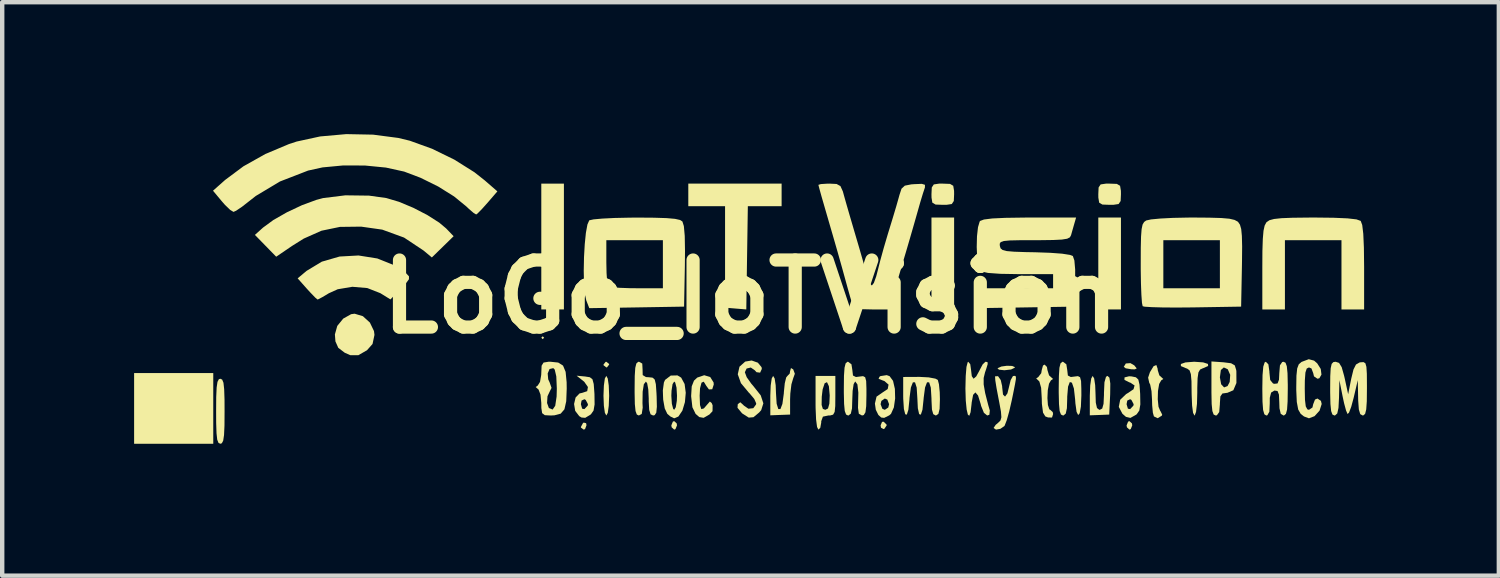
<source format=kicad_pcb>
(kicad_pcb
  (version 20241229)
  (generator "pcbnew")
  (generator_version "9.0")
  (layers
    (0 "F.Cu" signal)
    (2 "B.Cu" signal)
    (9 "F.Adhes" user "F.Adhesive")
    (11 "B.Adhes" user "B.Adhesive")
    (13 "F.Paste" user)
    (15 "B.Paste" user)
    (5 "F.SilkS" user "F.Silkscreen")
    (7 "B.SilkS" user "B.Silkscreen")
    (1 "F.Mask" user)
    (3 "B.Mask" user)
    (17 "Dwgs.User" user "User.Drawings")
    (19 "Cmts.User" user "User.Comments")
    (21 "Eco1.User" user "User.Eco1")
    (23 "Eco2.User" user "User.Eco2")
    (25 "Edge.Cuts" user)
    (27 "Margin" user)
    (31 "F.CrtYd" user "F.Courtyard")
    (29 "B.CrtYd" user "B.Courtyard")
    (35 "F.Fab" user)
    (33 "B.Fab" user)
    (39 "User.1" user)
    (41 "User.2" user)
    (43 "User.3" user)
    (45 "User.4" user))
  (footprint "LoGo_IoTVision"
    (layer "F.Cu")
    (at 14.018 3.698)
    (property "Reference" "LoGo_IoTVision" (at 0 0 0) (layer "F.SilkS") (effects (font (size 1.524 1.524) (thickness 0.3))))
    (attr board_only exclude_from_pos_files exclude_from_bom)
    (fp_poly (pts (xy -12.218 3.344) (xy -14.018 3.344) (xy -14.018 1.736) (xy -12.218 1.736)) (stroke (width 0) (type solid)) (fill yes) (layer "F.SilkS"))
    (fp_poly (pts (xy -4.694 0.932) (xy -4.726 0.965) (xy -4.758 0.932) (xy -4.726 0.9)) (stroke (width 0) (type solid)) (fill yes) (layer "F.SilkS"))
    (fp_poly (pts (xy -4.244 0.289) (xy -4.758 0.289) (xy -4.758 -2.572) (xy -4.244 -2.572)) (stroke (width 0) (type solid)) (fill yes) (layer "F.SilkS"))
    (fp_poly (pts (xy 4.63 0.257) (xy 4.115 0.257) (xy 4.115 -1.801) (xy 4.63 -1.801)) (stroke (width 0) (type solid)) (fill yes) (layer "F.SilkS"))
    (fp_poly (pts (xy 8.424 0.289) (xy 7.909 0.289) (xy 7.909 -1.801) (xy 8.424 -1.801)) (stroke (width 0) (type solid)) (fill yes) (layer "F.SilkS"))
    (fp_poly (pts (xy -3.739 2.876) (xy -3.73 2.922) (xy -3.763 3.01) (xy -3.794 3.022) (xy -3.856 2.976) (xy -3.858 2.962) (xy -3.811 2.875) (xy -3.794 2.862)) (stroke (width 0) (type solid)) (fill yes) (layer "F.SilkS"))
    (fp_poly (pts (xy -3.217 1.528) (xy -3.215 1.543) (xy -3.264 1.606) (xy -3.279 1.608) (xy -3.342 1.559) (xy -3.344 1.543) (xy -3.295 1.481) (xy -3.279 1.479)) (stroke (width 0) (type solid)) (fill yes) (layer "F.SilkS"))
    (fp_poly (pts (xy -1.679 2.881) (xy -1.672 2.926) (xy -1.707 3.011) (xy -1.736 3.022) (xy -1.793 2.97) (xy -1.801 2.926) (xy -1.766 2.84) (xy -1.736 2.829)) (stroke (width 0) (type solid)) (fill yes) (layer "F.SilkS"))
    (fp_poly (pts (xy 3.094 2.908) (xy 3.096 2.926) (xy 3.046 3.001) (xy 3.027 3.01) (xy 2.968 2.979) (xy 2.958 2.926) (xy 2.991 2.846) (xy 3.027 2.842)) (stroke (width 0) (type solid)) (fill yes) (layer "F.SilkS"))
    (fp_poly (pts (xy 8.674 2.881) (xy 8.681 2.926) (xy 8.646 3.011) (xy 8.617 3.022) (xy 8.56 2.97) (xy 8.552 2.926) (xy 8.587 2.84) (xy 8.617 2.829)) (stroke (width 0) (type solid)) (fill yes) (layer "F.SilkS"))
    (fp_poly (pts (xy 8.727 1.561) (xy 8.783 1.631) (xy 8.738 1.652) (xy 8.656 1.649) (xy 8.532 1.628) (xy 8.488 1.595) (xy 8.535 1.518) (xy 8.639 1.51)) (stroke (width 0) (type solid)) (fill yes) (layer "F.SilkS"))
    (fp_poly (pts (xy 0.707 -2.058) (xy -0.061 -2.058) (xy -0.079 -0.884) (xy -0.096 0.289) (xy -0.338 0.269) (xy -0.579 0.249) (xy -0.579 -2.058) (xy -1.415 -2.058) (xy -1.415 -2.572) (xy 0.707 -2.572)) (stroke (width 0) (type solid)) (fill yes) (layer "F.SilkS"))
    (fp_poly (pts (xy 5.949 1.574) (xy 6.01 1.6) (xy 6.008 1.615) (xy 5.925 1.655) (xy 5.774 1.672) (xy 5.773 1.672) (xy 5.65 1.659) (xy 5.617 1.628) (xy 5.62 1.625) (xy 5.705 1.587) (xy 5.831 1.57)) (stroke (width 0) (type solid)) (fill yes) (layer "F.SilkS"))
    (fp_poly (pts (xy -8.815 0.443) (xy -8.656 0.588) (xy -8.563 0.781) (xy -8.552 0.868) (xy -8.596 1.075) (xy -8.722 1.217) (xy -8.917 1.329) (xy -9.1 1.33) (xy -9.228 1.274) (xy -9.375 1.162) (xy -9.44 1.016) (xy -9.452 0.857) (xy -9.398 0.664) (xy -9.262 0.497) (xy -9.083 0.397) (xy -9.003 0.386)) (stroke (width 0) (type solid)) (fill yes) (layer "F.SilkS"))
    (fp_poly (pts (xy -3.247 1.86) (xy -3.224 2.019) (xy -3.215 2.25) (xy -3.215 2.251) (xy -3.224 2.482) (xy -3.246 2.641) (xy -3.279 2.701) (xy -3.279 2.701) (xy -3.312 2.641) (xy -3.335 2.482) (xy -3.344 2.251) (xy -3.344 2.251) (xy -3.335 2.02) (xy -3.313 1.86) (xy -3.28 1.801) (xy -3.279 1.801)) (stroke (width 0) (type solid)) (fill yes) (layer "F.SilkS"))
    (fp_poly (pts (xy 4.537 -2.566) (xy 4.61 -2.523) (xy 4.629 -2.409) (xy 4.63 -2.331) (xy 4.623 -2.177) (xy 4.577 -2.108) (xy 4.456 -2.09) (xy 4.373 -2.09) (xy 4.208 -2.096) (xy 4.135 -2.139) (xy 4.116 -2.253) (xy 4.115 -2.331) (xy 4.122 -2.485) (xy 4.168 -2.554) (xy 4.289 -2.572) (xy 4.373 -2.572)) (stroke (width 0) (type solid)) (fill yes) (layer "F.SilkS"))
    (fp_poly (pts (xy 8.331 -2.566) (xy 8.404 -2.523) (xy 8.423 -2.409) (xy 8.424 -2.331) (xy 8.417 -2.177) (xy 8.371 -2.108) (xy 8.25 -2.09) (xy 8.167 -2.09) (xy 8.002 -2.096) (xy 7.929 -2.139) (xy 7.91 -2.253) (xy 7.909 -2.331) (xy 7.916 -2.485) (xy 7.962 -2.554) (xy 8.083 -2.572) (xy 8.167 -2.572)) (stroke (width 0) (type solid)) (fill yes) (layer "F.SilkS"))
    (fp_poly (pts (xy -12.015 1.885) (xy -11.986 1.957) (xy -11.97 2.103) (xy -11.962 2.341) (xy -11.961 2.604) (xy -11.963 2.929) (xy -11.973 3.145) (xy -11.992 3.273) (xy -12.023 3.332) (xy -12.057 3.344) (xy -12.099 3.324) (xy -12.128 3.251) (xy -12.144 3.106) (xy -12.152 2.868) (xy -12.153 2.604) (xy -12.151 2.28) (xy -12.141 2.063) (xy -12.122 1.936) (xy -12.091 1.876) (xy -12.057 1.865)) (stroke (width 0) (type solid)) (fill yes) (layer "F.SilkS"))
    (fp_poly (pts (xy -8.487 -0.87) (xy -8.092 -0.712) (xy -7.827 -0.528) (xy -7.767 -0.463) (xy -7.768 -0.398) (xy -7.84 -0.3) (xy -7.951 -0.183) (xy -8.189 0.061) (xy -8.419 -0.081) (xy -8.715 -0.197) (xy -9.055 -0.226) (xy -9.388 -0.17) (xy -9.589 -0.079) (xy -9.737 0.009) (xy -9.832 0.059) (xy -9.846 0.064) (xy -9.899 0.02) (xy -10.007 -0.092) (xy -10.085 -0.177) (xy -10.299 -0.418) (xy -10.096 -0.588) (xy -9.75 -0.797) (xy -9.346 -0.914) (xy -8.915 -0.938)) (stroke (width 0) (type solid)) (fill yes) (layer "F.SilkS"))
    (fp_poly (pts (xy 8.162 1.841) (xy 8.182 1.974) (xy 8.179 2.216) (xy 8.178 2.24) (xy 8.157 2.68) (xy 7.937 2.689) (xy 7.716 2.697) (xy 7.716 2.249) (xy 7.725 2.019) (xy 7.748 1.86) (xy 7.781 1.801) (xy 7.815 1.859) (xy 7.838 2.012) (xy 7.845 2.186) (xy 7.852 2.41) (xy 7.879 2.531) (xy 7.93 2.571) (xy 7.942 2.572) (xy 7.998 2.543) (xy 8.028 2.437) (xy 8.038 2.233) (xy 8.038 2.186) (xy 8.049 1.945) (xy 8.084 1.821) (xy 8.118 1.8)) (stroke (width 0) (type solid)) (fill yes) (layer "F.SilkS"))
    (fp_poly (pts (xy 9.259 1.64) (xy 9.26 1.667) (xy 9.297 1.788) (xy 9.34 1.827) (xy 9.387 1.87) (xy 9.34 1.902) (xy 9.293 1.984) (xy 9.266 2.144) (xy 9.261 2.333) (xy 9.278 2.502) (xy 9.319 2.6) (xy 9.325 2.605) (xy 9.362 2.682) (xy 9.353 2.705) (xy 9.26 2.763) (xy 9.174 2.722) (xy 9.15 2.638) (xy 9.134 2.47) (xy 9.131 2.349) (xy 9.119 2.148) (xy 9.089 1.998) (xy 9.067 1.955) (xy 9.042 1.84) (xy 9.083 1.717) (xy 9.166 1.58) (xy 9.229 1.553)) (stroke (width 0) (type solid)) (fill yes) (layer "F.SilkS"))
    (fp_poly (pts (xy -8.675 -2.299) (xy -8.282 -2.244) (xy -7.993 -2.158) (xy -7.668 -2.022) (xy -7.349 -1.857) (xy -7.079 -1.685) (xy -6.922 -1.553) (xy -6.752 -1.376) (xy -7.247 -0.893) (xy -7.434 -1.049) (xy -7.879 -1.345) (xy -8.376 -1.526) (xy -8.856 -1.594) (xy -9.337 -1.588) (xy -9.757 -1.501) (xy -10.16 -1.322) (xy -10.425 -1.156) (xy -10.787 -0.91) (xy -11.029 -1.158) (xy -11.271 -1.406) (xy -11.085 -1.573) (xy -10.852 -1.744) (xy -10.542 -1.921) (xy -10.2 -2.082) (xy -9.875 -2.202) (xy -9.723 -2.243) (xy -9.214 -2.306)) (stroke (width 0) (type solid)) (fill yes) (layer "F.SilkS"))
    (fp_poly (pts (xy 0.971 1.652) (xy 1.008 1.752) (xy 0.971 1.854) (xy 0.93 1.992) (xy 0.905 2.201) (xy 0.9 2.332) (xy 0.9 2.68) (xy 0.675 2.688) (xy 0.45 2.697) (xy 0.45 2.249) (xy 0.459 2.019) (xy 0.482 1.86) (xy 0.514 1.801) (xy 0.549 1.859) (xy 0.572 2.013) (xy 0.579 2.192) (xy 0.594 2.434) (xy 0.632 2.555) (xy 0.68 2.555) (xy 0.725 2.437) (xy 0.757 2.202) (xy 0.759 2.165) (xy 0.779 1.968) (xy 0.811 1.836) (xy 0.839 1.801) (xy 0.891 1.748) (xy 0.9 1.691) (xy 0.92 1.622)) (stroke (width 0) (type solid)) (fill yes) (layer "F.SilkS"))
    (fp_poly (pts (xy 10.294 1.493) (xy 10.402 1.528) (xy 10.407 1.575) (xy 10.297 1.624) (xy 10.289 1.626) (xy 10.224 1.656) (xy 10.186 1.721) (xy 10.167 1.851) (xy 10.16 2.071) (xy 10.16 2.18) (xy 10.153 2.437) (xy 10.132 2.618) (xy 10.102 2.699) (xy 10.096 2.701) (xy 10.064 2.641) (xy 10.042 2.476) (xy 10.032 2.231) (xy 10.031 2.18) (xy 10.028 1.92) (xy 10.014 1.76) (xy 9.984 1.674) (xy 9.93 1.635) (xy 9.903 1.626) (xy 9.787 1.577) (xy 9.787 1.53) (xy 9.89 1.494) (xy 10.084 1.479) (xy 10.096 1.479)) (stroke (width 0) (type solid)) (fill yes) (layer "F.SilkS"))
    (fp_poly (pts (xy 13.26 -1.796) (xy 13.577 -1.782) (xy 13.78 -1.759) (xy 13.875 -1.725) (xy 13.877 -1.723) (xy 13.911 -1.631) (xy 13.935 -1.431) (xy 13.949 -1.116) (xy 13.954 -0.679) (xy 13.954 0.289) (xy 13.439 0.289) (xy 13.439 -1.286) (xy 12.153 -1.286) (xy 12.153 0.289) (xy 11.639 0.289) (xy 11.639 -0.655) (xy 11.641 -1.038) (xy 11.65 -1.313) (xy 11.666 -1.5) (xy 11.692 -1.618) (xy 11.73 -1.689) (xy 11.74 -1.699) (xy 11.801 -1.74) (xy 11.906 -1.768) (xy 12.073 -1.786) (xy 12.322 -1.796) (xy 12.673 -1.8) (xy 12.82 -1.801)) (stroke (width 0) (type solid)) (fill yes) (layer "F.SilkS"))
    (fp_poly (pts (xy -0.916 1.827) (xy -0.84 1.949) (xy -0.836 1.996) (xy -0.871 2.104) (xy -0.946 2.108) (xy -1.006 2.026) (xy -1.064 1.932) (xy -1.114 1.954) (xy -1.148 2.081) (xy -1.157 2.251) (xy -1.149 2.463) (xy -1.119 2.556) (xy -1.061 2.54) (xy -0.992 2.46) (xy -0.925 2.383) (xy -0.884 2.417) (xy -0.862 2.469) (xy -0.864 2.603) (xy -0.934 2.678) (xy -1.066 2.754) (xy -1.165 2.737) (xy -1.249 2.664) (xy -1.322 2.514) (xy -1.35 2.267) (xy -1.35 2.25) (xy -1.337 2.038) (xy -1.286 1.909) (xy -1.212 1.839) (xy -1.053 1.785)) (stroke (width 0) (type solid)) (fill yes) (layer "F.SilkS"))
    (fp_poly (pts (xy 6.741 1.597) (xy 6.752 1.667) (xy 6.789 1.788) (xy 6.832 1.827) (xy 6.88 1.87) (xy 6.832 1.902) (xy 6.788 1.978) (xy 6.76 2.127) (xy 6.752 2.304) (xy 6.763 2.463) (xy 6.795 2.56) (xy 6.816 2.572) (xy 6.873 2.624) (xy 6.881 2.669) (xy 6.856 2.748) (xy 6.765 2.745) (xy 6.704 2.722) (xy 6.652 2.636) (xy 6.626 2.436) (xy 6.623 2.315) (xy 6.609 2.071) (xy 6.569 1.929) (xy 6.543 1.902) (xy 6.496 1.86) (xy 6.543 1.827) (xy 6.611 1.739) (xy 6.623 1.667) (xy 6.651 1.565) (xy 6.688 1.543)) (stroke (width 0) (type solid)) (fill yes) (layer "F.SilkS"))
    (fp_poly (pts (xy -1.577 1.84) (xy -1.499 1.985) (xy -1.473 2.184) (xy -1.492 2.398) (xy -1.55 2.591) (xy -1.641 2.725) (xy -1.736 2.765) (xy -1.821 2.724) (xy -1.892 2.664) (xy -1.951 2.54) (xy -1.986 2.343) (xy -1.99 2.251) (xy -1.801 2.251) (xy -1.789 2.434) (xy -1.759 2.55) (xy -1.736 2.572) (xy -1.7 2.514) (xy -1.676 2.366) (xy -1.672 2.251) (xy -1.683 2.067) (xy -1.713 1.951) (xy -1.736 1.929) (xy -1.773 1.987) (xy -1.796 2.135) (xy -1.801 2.251) (xy -1.99 2.251) (xy -1.994 2.129) (xy -1.97 1.951) (xy -1.944 1.892) (xy -1.815 1.793) (xy -1.661 1.789)) (stroke (width 0) (type solid)) (fill yes) (layer "F.SilkS"))
    (fp_poly (pts (xy 1.929 2.251) (xy 1.927 2.486) (xy 1.913 2.62) (xy 1.878 2.682) (xy 1.811 2.7) (xy 1.768 2.701) (xy 1.646 2.727) (xy 1.608 2.832) (xy 1.608 2.862) (xy 1.586 2.982) (xy 1.543 3.022) (xy 1.513 2.961) (xy 1.491 2.792) (xy 1.48 2.533) (xy 1.479 2.461) (xy 1.617 2.461) (xy 1.645 2.551) (xy 1.701 2.572) (xy 1.762 2.541) (xy 1.793 2.432) (xy 1.801 2.245) (xy 1.782 2.034) (xy 1.739 1.943) (xy 1.686 1.968) (xy 1.64 2.108) (xy 1.62 2.272) (xy 1.617 2.461) (xy 1.479 2.461) (xy 1.479 2.411) (xy 1.479 1.801) (xy 1.929 1.801)) (stroke (width 0) (type solid)) (fill yes) (layer "F.SilkS"))
    (fp_poly (pts (xy 3.163 1.807) (xy 3.241 1.913) (xy 3.283 2.096) (xy 3.289 2.313) (xy 3.26 2.517) (xy 3.195 2.663) (xy 3.155 2.698) (xy 3.039 2.755) (xy 2.972 2.747) (xy 2.907 2.688) (xy 2.849 2.57) (xy 2.831 2.444) (xy 2.958 2.444) (xy 2.998 2.548) (xy 3.054 2.572) (xy 3.133 2.519) (xy 3.151 2.444) (xy 3.111 2.339) (xy 3.054 2.315) (xy 2.976 2.369) (xy 2.958 2.444) (xy 2.831 2.444) (xy 2.829 2.429) (xy 2.866 2.272) (xy 2.99 2.186) (xy 3.12 2.099) (xy 3.139 1.999) (xy 3.046 1.918) (xy 3.006 1.904) (xy 2.912 1.866) (xy 2.933 1.82) (xy 2.955 1.805) (xy 3.098 1.783)) (stroke (width 0) (type solid)) (fill yes) (layer "F.SilkS"))
    (fp_poly (pts (xy -3.762 1.814) (xy -3.654 1.831) (xy -3.595 1.877) (xy -3.566 1.984) (xy -3.551 2.183) (xy -3.549 2.217) (xy -3.546 2.449) (xy -3.57 2.589) (xy -3.628 2.672) (xy -3.642 2.683) (xy -3.759 2.754) (xy -3.844 2.747) (xy -3.895 2.716) (xy -3.987 2.596) (xy -4.012 2.444) (xy -3.858 2.444) (xy -3.829 2.546) (xy -3.778 2.556) (xy -3.703 2.477) (xy -3.697 2.444) (xy -3.748 2.347) (xy -3.778 2.331) (xy -3.842 2.361) (xy -3.858 2.444) (xy -4.012 2.444) (xy -4.013 2.44) (xy -3.978 2.292) (xy -3.888 2.199) (xy -3.828 2.186) (xy -3.714 2.148) (xy -3.698 2.053) (xy -3.781 1.935) (xy -3.801 1.918) (xy -3.955 1.796)) (stroke (width 0) (type solid)) (fill yes) (layer "F.SilkS"))
    (fp_poly (pts (xy 10.755 1.491) (xy 10.929 1.513) (xy 11.013 1.562) (xy 11.045 1.666) (xy 11.049 1.696) (xy 11.05 1.962) (xy 10.98 2.127) (xy 10.842 2.186) (xy 10.834 2.186) (xy 10.731 2.201) (xy 10.685 2.267) (xy 10.674 2.423) (xy 10.674 2.444) (xy 10.659 2.622) (xy 10.606 2.696) (xy 10.578 2.701) (xy 10.532 2.679) (xy 10.503 2.599) (xy 10.487 2.44) (xy 10.482 2.18) (xy 10.482 2.086) (xy 10.482 1.833) (xy 10.674 1.833) (xy 10.703 1.991) (xy 10.77 2.062) (xy 10.848 2.032) (xy 10.897 1.938) (xy 10.909 1.777) (xy 10.854 1.651) (xy 10.764 1.608) (xy 10.696 1.667) (xy 10.674 1.833) (xy 10.482 1.833) (xy 10.482 1.472)) (stroke (width 0) (type solid)) (fill yes) (layer "F.SilkS"))
    (fp_poly (pts (xy 8.665 1.812) (xy 8.764 1.832) (xy 8.819 1.884) (xy 8.846 2) (xy 8.861 2.212) (xy 8.861 2.217) (xy 8.865 2.449) (xy 8.841 2.589) (xy 8.783 2.672) (xy 8.769 2.683) (xy 8.639 2.756) (xy 8.538 2.732) (xy 8.457 2.661) (xy 8.375 2.505) (xy 8.387 2.444) (xy 8.552 2.444) (xy 8.582 2.546) (xy 8.633 2.556) (xy 8.707 2.477) (xy 8.713 2.444) (xy 8.662 2.347) (xy 8.633 2.331) (xy 8.568 2.361) (xy 8.552 2.444) (xy 8.387 2.444) (xy 8.407 2.343) (xy 8.543 2.213) (xy 8.568 2.199) (xy 8.71 2.104) (xy 8.734 2.018) (xy 8.636 1.953) (xy 8.617 1.948) (xy 8.504 1.892) (xy 8.505 1.835) (xy 8.608 1.809)) (stroke (width 0) (type solid)) (fill yes) (layer "F.SilkS"))
    (fp_poly (pts (xy 6.035 1.817) (xy 6.035 1.873) (xy 6.014 1.995) (xy 5.972 2.206) (xy 5.941 2.356) (xy 5.884 2.605) (xy 5.827 2.808) (xy 5.78 2.93) (xy 5.772 2.942) (xy 5.682 3.004) (xy 5.582 3.022) (xy 5.53 2.986) (xy 5.53 2.981) (xy 5.575 2.914) (xy 5.634 2.864) (xy 5.684 2.815) (xy 5.705 2.741) (xy 5.695 2.612) (xy 5.656 2.398) (xy 5.639 2.311) (xy 5.595 2.08) (xy 5.567 1.904) (xy 5.561 1.815) (xy 5.563 1.81) (xy 5.629 1.807) (xy 5.69 1.894) (xy 5.722 2.032) (xy 5.723 2.058) (xy 5.742 2.225) (xy 5.788 2.271) (xy 5.842 2.198) (xy 5.877 2.057) (xy 5.916 1.896) (xy 5.966 1.807) (xy 5.981 1.801) (xy 6.016 1.8)) (stroke (width 0) (type solid)) (fill yes) (layer "F.SilkS"))
    (fp_poly (pts (xy 7.182 1.536) (xy 7.202 1.663) (xy 7.217 1.792) (xy 7.284 1.826) (xy 7.363 1.816) (xy 7.446 1.806) (xy 7.494 1.831) (xy 7.517 1.917) (xy 7.523 2.092) (xy 7.524 2.243) (xy 7.513 2.499) (xy 7.486 2.65) (xy 7.451 2.691) (xy 7.415 2.618) (xy 7.388 2.423) (xy 7.382 2.336) (xy 7.354 2.087) (xy 7.309 1.955) (xy 7.261 1.94) (xy 7.221 2.045) (xy 7.202 2.273) (xy 7.202 2.31) (xy 7.195 2.535) (xy 7.169 2.657) (xy 7.119 2.7) (xy 7.106 2.701) (xy 7.06 2.679) (xy 7.03 2.599) (xy 7.015 2.439) (xy 7.009 2.178) (xy 7.009 2.09) (xy 7.013 1.799) (xy 7.025 1.614) (xy 7.05 1.515) (xy 7.092 1.48) (xy 7.106 1.479)) (stroke (width 0) (type solid)) (fill yes) (layer "F.SilkS"))
    (fp_poly (pts (xy -2.462 1.52) (xy -2.455 1.654) (xy -2.452 1.782) (xy -2.379 1.827) (xy -2.315 1.831) (xy -2.229 1.84) (xy -2.179 1.883) (xy -2.153 1.989) (xy -2.139 2.187) (xy -2.135 2.267) (xy -2.13 2.503) (xy -2.143 2.636) (xy -2.179 2.693) (xy -2.216 2.701) (xy -2.273 2.674) (xy -2.304 2.575) (xy -2.315 2.38) (xy -2.315 2.315) (xy -2.325 2.109) (xy -2.35 1.97) (xy -2.379 1.929) (xy -2.426 1.99) (xy -2.453 2.159) (xy -2.457 2.417) (xy -2.452 2.524) (xy -2.474 2.666) (xy -2.54 2.701) (xy -2.586 2.679) (xy -2.615 2.599) (xy -2.631 2.44) (xy -2.636 2.18) (xy -2.636 2.09) (xy -2.633 1.801) (xy -2.621 1.618) (xy -2.597 1.519) (xy -2.557 1.482) (xy -2.535 1.479)) (stroke (width 0) (type solid)) (fill yes) (layer "F.SilkS"))
    (fp_poly (pts (xy 0.167 1.5) (xy 0.251 1.602) (xy 0.257 1.642) (xy 0.218 1.727) (xy 0.136 1.716) (xy 0.096 1.672) (xy 0.006 1.61) (xy -0.089 1.633) (xy -0.129 1.717) (xy -0.087 1.83) (xy 0.018 1.978) (xy 0.057 2.023) (xy 0.232 2.243) (xy 0.292 2.424) (xy 0.243 2.579) (xy 0.196 2.633) (xy 0.067 2.74) (xy -0.04 2.749) (xy -0.179 2.661) (xy -0.196 2.647) (xy -0.296 2.526) (xy -0.29 2.444) (xy -0.233 2.4) (xy -0.16 2.465) (xy -0.154 2.474) (xy -0.048 2.547) (xy 0.063 2.535) (xy 0.126 2.45) (xy 0.129 2.425) (xy 0.085 2.325) (xy -0.022 2.197) (xy -0.039 2.181) (xy -0.218 1.966) (xy -0.29 1.764) (xy -0.251 1.591) (xy -0.121 1.475) (xy 0.026 1.45)) (stroke (width 0) (type solid)) (fill yes) (layer "F.SilkS"))
    (fp_poly (pts (xy 2.295 1.536) (xy 2.315 1.663) (xy 2.33 1.792) (xy 2.397 1.826) (xy 2.476 1.816) (xy 2.559 1.806) (xy 2.607 1.831) (xy 2.63 1.917) (xy 2.636 2.092) (xy 2.636 2.243) (xy 2.631 2.488) (xy 2.613 2.629) (xy 2.575 2.691) (xy 2.535 2.701) (xy 2.463 2.661) (xy 2.444 2.526) (xy 2.445 2.492) (xy 2.452 2.182) (xy 2.431 1.995) (xy 2.383 1.929) (xy 2.379 1.929) (xy 2.345 1.988) (xy 2.322 2.141) (xy 2.315 2.315) (xy 2.308 2.539) (xy 2.281 2.659) (xy 2.23 2.7) (xy 2.218 2.701) (xy 2.173 2.679) (xy 2.143 2.599) (xy 2.128 2.439) (xy 2.122 2.178) (xy 2.122 2.09) (xy 2.125 1.799) (xy 2.138 1.614) (xy 2.163 1.515) (xy 2.204 1.48) (xy 2.218 1.479)) (stroke (width 0) (type solid)) (fill yes) (layer "F.SilkS"))
    (fp_poly (pts (xy 4.051 1.834) (xy 4.205 1.863) (xy 4.259 1.892) (xy 4.285 1.99) (xy 4.303 2.172) (xy 4.307 2.331) (xy 4.3 2.55) (xy 4.272 2.665) (xy 4.218 2.701) (xy 4.212 2.701) (xy 4.156 2.671) (xy 4.126 2.567) (xy 4.116 2.364) (xy 4.115 2.31) (xy 4.1 2.067) (xy 4.062 1.947) (xy 4.014 1.946) (xy 3.969 2.064) (xy 3.938 2.299) (xy 3.935 2.336) (xy 3.91 2.571) (xy 3.873 2.682) (xy 3.835 2.67) (xy 3.805 2.537) (xy 3.794 2.31) (xy 3.779 2.067) (xy 3.741 1.947) (xy 3.693 1.946) (xy 3.647 2.064) (xy 3.616 2.299) (xy 3.614 2.336) (xy 3.59 2.57) (xy 3.555 2.681) (xy 3.519 2.674) (xy 3.488 2.553) (xy 3.473 2.322) (xy 3.472 2.263) (xy 3.472 1.825) (xy 3.842 1.823)) (stroke (width 0) (type solid)) (fill yes) (layer "F.SilkS"))
    (fp_poly (pts (xy 12.816 1.453) (xy 12.888 1.516) (xy 12.968 1.643) (xy 12.984 1.771) (xy 12.936 1.854) (xy 12.893 1.865) (xy 12.814 1.811) (xy 12.796 1.736) (xy 12.756 1.631) (xy 12.7 1.608) (xy 12.649 1.633) (xy 12.619 1.724) (xy 12.606 1.905) (xy 12.604 2.09) (xy 12.609 2.344) (xy 12.627 2.494) (xy 12.663 2.561) (xy 12.7 2.572) (xy 12.779 2.519) (xy 12.796 2.444) (xy 12.837 2.339) (xy 12.893 2.315) (xy 12.972 2.368) (xy 12.989 2.439) (xy 12.941 2.59) (xy 12.827 2.716) (xy 12.7 2.765) (xy 12.587 2.723) (xy 12.512 2.664) (xy 12.455 2.565) (xy 12.423 2.393) (xy 12.411 2.123) (xy 12.411 2.055) (xy 12.415 1.794) (xy 12.432 1.631) (xy 12.468 1.537) (xy 12.529 1.484) (xy 12.535 1.481) (xy 12.695 1.421)) (stroke (width 0) (type solid)) (fill yes) (layer "F.SilkS"))
    (fp_poly (pts (xy -8.583 -3.686) (xy -8.01 -3.611) (xy -7.749 -3.548) (xy -7.242 -3.365) (xy -6.736 -3.118) (xy -6.279 -2.831) (xy -6.046 -2.647) (xy -5.757 -2.396) (xy -5.981 -2.136) (xy -6.112 -1.99) (xy -6.208 -1.893) (xy -6.239 -1.87) (xy -6.301 -1.908) (xy -6.416 -2.008) (xy -6.464 -2.054) (xy -6.742 -2.281) (xy -7.102 -2.506) (xy -7.502 -2.704) (xy -7.877 -2.846) (xy -8.291 -2.937) (xy -8.771 -2.984) (xy -9.268 -2.985) (xy -9.734 -2.941) (xy -10.061 -2.869) (xy -10.701 -2.621) (xy -11.25 -2.292) (xy -11.393 -2.18) (xy -11.563 -2.047) (xy -11.698 -1.956) (xy -11.758 -1.929) (xy -11.834 -1.975) (xy -11.954 -2.091) (xy -12.023 -2.17) (xy -12.224 -2.411) (xy -11.948 -2.656) (xy -11.532 -2.966) (xy -11.033 -3.246) (xy -10.496 -3.472) (xy -10.322 -3.529) (xy -9.788 -3.645) (xy -9.193 -3.698)) (stroke (width 0) (type solid)) (fill yes) (layer "F.SilkS"))
    (fp_poly (pts (xy 5.389 1.486) (xy 5.394 1.53) (xy 5.359 1.646) (xy 5.333 1.72) (xy 5.302 1.848) (xy 5.302 1.994) (xy 5.336 2.191) (xy 5.407 2.468) (xy 5.442 2.588) (xy 5.432 2.684) (xy 5.383 2.701) (xy 5.308 2.641) (xy 5.244 2.483) (xy 5.234 2.44) (xy 5.174 2.246) (xy 5.114 2.176) (xy 5.062 2.231) (xy 5.029 2.409) (xy 5.028 2.427) (xy 5.005 2.626) (xy 4.975 2.707) (xy 4.943 2.682) (xy 4.915 2.564) (xy 4.895 2.362) (xy 4.887 2.09) (xy 4.894 1.802) (xy 4.911 1.595) (xy 4.939 1.489) (xy 4.951 1.479) (xy 4.997 1.535) (xy 5.016 1.669) (xy 5.016 1.672) (xy 5.032 1.807) (xy 5.072 1.865) (xy 5.072 1.865) (xy 5.133 1.812) (xy 5.204 1.683) (xy 5.209 1.672) (xy 5.279 1.539) (xy 5.342 1.479) (xy 5.345 1.479)) (stroke (width 0) (type solid)) (fill yes) (layer "F.SilkS"))
    (fp_poly (pts (xy -2.197 -1.797) (xy -1.91 -1.788) (xy -1.717 -1.771) (xy -1.601 -1.745) (xy -1.549 -1.711) (xy -1.516 -1.606) (xy -1.496 -1.383) (xy -1.49 -1.039) (xy -1.493 -0.699) (xy -1.511 0.225) (xy -2.589 0.243) (xy -3.667 0.26) (xy -3.736 0.082) (xy -3.769 -0.072) (xy -3.787 -0.306) (xy -3.793 -0.591) (xy -3.789 -0.782) (xy -3.279 -0.782) (xy -3.274 -0.539) (xy -3.261 -0.348) (xy -3.241 -0.244) (xy -3.237 -0.236) (xy -3.157 -0.217) (xy -2.98 -0.203) (xy -2.737 -0.194) (xy -2.594 -0.193) (xy -1.993 -0.193) (xy -1.993 -1.286) (xy -3.279 -1.286) (xy -3.279 -0.782) (xy -3.789 -0.782) (xy -3.787 -0.896) (xy -3.77 -1.193) (xy -3.744 -1.452) (xy -3.709 -1.643) (xy -3.668 -1.736) (xy -3.665 -1.738) (xy -3.57 -1.759) (xy -3.37 -1.777) (xy -3.093 -1.791) (xy -2.762 -1.798) (xy -2.596 -1.8)) (stroke (width 0) (type solid)) (fill yes) (layer "F.SilkS"))
    (fp_poly (pts (xy 10.434 -1.798) (xy 10.706 -1.79) (xy 10.89 -1.774) (xy 11.007 -1.747) (xy 11.078 -1.709) (xy 11.09 -1.698) (xy 11.131 -1.637) (xy 11.159 -1.539) (xy 11.174 -1.383) (xy 11.18 -1.147) (xy 11.177 -0.81) (xy 11.175 -0.685) (xy 11.157 0.225) (xy 10.06 0.243) (xy 9.696 0.246) (xy 9.378 0.244) (xy 9.128 0.237) (xy 8.967 0.227) (xy 8.918 0.216) (xy 8.902 0.139) (xy 8.889 -0.043) (xy 8.883 -0.193) (xy 9.388 -0.193) (xy 10.674 -0.193) (xy 10.674 -1.286) (xy 9.388 -1.286) (xy 9.388 -0.193) (xy 8.883 -0.193) (xy 8.879 -0.304) (xy 8.874 -0.621) (xy 8.874 -0.748) (xy 8.875 -1.112) (xy 8.881 -1.368) (xy 8.894 -1.537) (xy 8.916 -1.641) (xy 8.951 -1.7) (xy 8.998 -1.734) (xy 9.107 -1.758) (xy 9.317 -1.778) (xy 9.605 -1.793) (xy 9.943 -1.8) (xy 10.055 -1.801)) (stroke (width 0) (type solid)) (fill yes) (layer "F.SilkS"))
    (fp_poly (pts (xy 11.777 1.538) (xy 11.8 1.702) (xy 11.8 1.719) (xy 11.818 1.894) (xy 11.882 1.972) (xy 11.912 1.981) (xy 11.985 1.972) (xy 12.018 1.889) (xy 12.025 1.741) (xy 12.04 1.56) (xy 12.091 1.485) (xy 12.121 1.479) (xy 12.167 1.501) (xy 12.196 1.581) (xy 12.212 1.74) (xy 12.218 2.001) (xy 12.218 2.09) (xy 12.214 2.381) (xy 12.202 2.565) (xy 12.176 2.664) (xy 12.135 2.699) (xy 12.121 2.701) (xy 12.058 2.663) (xy 12.029 2.536) (xy 12.025 2.407) (xy 12.017 2.226) (xy 11.985 2.144) (xy 11.918 2.134) (xy 11.912 2.135) (xy 11.839 2.18) (xy 11.809 2.298) (xy 11.808 2.429) (xy 11.799 2.616) (xy 11.753 2.696) (xy 11.728 2.701) (xy 11.685 2.673) (xy 11.657 2.575) (xy 11.643 2.388) (xy 11.639 2.093) (xy 11.639 2.09) (xy 11.644 1.783) (xy 11.661 1.589) (xy 11.692 1.494) (xy 11.719 1.479)) (stroke (width 0) (type solid)) (fill yes) (layer "F.SilkS"))
    (fp_poly (pts (xy -4.374 1.497) (xy -4.264 1.566) (xy -4.205 1.708) (xy -4.182 1.945) (xy -4.18 2.09) (xy -4.191 2.377) (xy -4.232 2.56) (xy -4.317 2.659) (xy -4.459 2.697) (xy -4.546 2.701) (xy -4.678 2.694) (xy -4.739 2.648) (xy -4.757 2.53) (xy -4.758 2.417) (xy -4.758 2.417) (xy -4.627 2.417) (xy -4.586 2.53) (xy -4.586 2.531) (xy -4.5 2.566) (xy -4.441 2.479) (xy -4.41 2.27) (xy -4.405 2.09) (xy -4.417 1.811) (xy -4.453 1.657) (xy -4.485 1.624) (xy -4.57 1.644) (xy -4.613 1.745) (xy -4.601 1.879) (xy -4.57 1.945) (xy -4.525 2.073) (xy -4.56 2.142) (xy -4.617 2.262) (xy -4.627 2.417) (xy -4.758 2.417) (xy -4.776 2.227) (xy -4.821 2.11) (xy -4.839 2.095) (xy -4.886 2.053) (xy -4.839 2.02) (xy -4.787 1.937) (xy -4.76 1.779) (xy -4.758 1.731) (xy -4.751 1.568) (xy -4.707 1.497) (xy -4.596 1.479) (xy -4.546 1.479)) (stroke (width 0) (type solid)) (fill yes) (layer "F.SilkS"))
    (fp_poly (pts (xy 13.384 1.505) (xy 13.444 1.602) (xy 13.498 1.794) (xy 13.511 1.849) (xy 13.591 2.218) (xy 13.661 1.865) (xy 13.712 1.655) (xy 13.769 1.542) (xy 13.85 1.495) (xy 13.875 1.491) (xy 13.941 1.487) (xy 13.983 1.514) (xy 14.006 1.595) (xy 14.016 1.753) (xy 14.018 2.011) (xy 14.018 2.085) (xy 14.015 2.378) (xy 14.002 2.563) (xy 13.977 2.663) (xy 13.937 2.699) (xy 13.922 2.701) (xy 13.866 2.67) (xy 13.834 2.564) (xy 13.819 2.357) (xy 13.818 2.299) (xy 13.81 1.897) (xy 13.715 2.303) (xy 13.661 2.503) (xy 13.611 2.634) (xy 13.578 2.668) (xy 13.543 2.587) (xy 13.498 2.42) (xy 13.464 2.262) (xy 13.392 1.897) (xy 13.383 2.299) (xy 13.371 2.529) (xy 13.343 2.655) (xy 13.292 2.7) (xy 13.279 2.701) (xy 13.233 2.679) (xy 13.204 2.599) (xy 13.188 2.439) (xy 13.182 2.178) (xy 13.182 2.09) (xy 13.184 1.806) (xy 13.194 1.626) (xy 13.216 1.528) (xy 13.254 1.487) (xy 13.306 1.479)) (stroke (width 0) (type solid)) (fill yes) (layer "F.SilkS"))
    (fp_poly (pts (xy 7.362 -1.656) (xy 7.314 -1.488) (xy 7.289 -1.399) (xy 7.263 -1.351) (xy 7.201 -1.319) (xy 7.081 -1.3) (xy 6.884 -1.29) (xy 6.587 -1.286) (xy 6.454 -1.286) (xy 6.121 -1.285) (xy 5.896 -1.28) (xy 5.759 -1.267) (xy 5.69 -1.243) (xy 5.667 -1.204) (xy 5.67 -1.155) (xy 5.687 -1.1) (xy 5.732 -1.063) (xy 5.827 -1.038) (xy 5.992 -1.024) (xy 6.251 -1.015) (xy 6.475 -1.011) (xy 6.814 -0.999) (xy 7.085 -0.979) (xy 7.265 -0.951) (xy 7.33 -0.926) (xy 7.365 -0.824) (xy 7.383 -0.616) (xy 7.382 -0.325) (xy 7.382 -0.316) (xy 7.363 0.225) (xy 6.254 0.243) (xy 5.144 0.26) (xy 5.144 -0.193) (xy 6.881 -0.193) (xy 6.881 -0.514) (xy 6.09 -0.514) (xy 5.682 -0.521) (xy 5.402 -0.541) (xy 5.247 -0.575) (xy 5.221 -0.592) (xy 5.18 -0.698) (xy 5.154 -0.892) (xy 5.144 -1.13) (xy 5.15 -1.374) (xy 5.173 -1.58) (xy 5.211 -1.709) (xy 5.221 -1.723) (xy 5.308 -1.756) (xy 5.498 -1.78) (xy 5.798 -1.794) (xy 6.218 -1.8) (xy 6.351 -1.801) (xy 7.404 -1.801)) (stroke (width 0) (type solid)) (fill yes) (layer "F.SilkS"))
    (fp_poly (pts (xy 1.958 -2.564) (xy 2.045 -2.516) (xy 2.1 -2.394) (xy 2.126 -2.299) (xy 2.178 -2.115) (xy 2.254 -1.852) (xy 2.341 -1.555) (xy 2.382 -1.415) (xy 2.47 -1.117) (xy 2.552 -0.832) (xy 2.615 -0.605) (xy 2.635 -0.531) (xy 2.689 -0.365) (xy 2.743 -0.268) (xy 2.761 -0.257) (xy 2.805 -0.314) (xy 2.858 -0.461) (xy 2.893 -0.595) (xy 2.948 -0.814) (xy 3.028 -1.104) (xy 3.119 -1.413) (xy 3.149 -1.511) (xy 3.236 -1.795) (xy 3.315 -2.059) (xy 3.372 -2.26) (xy 3.387 -2.315) (xy 3.434 -2.457) (xy 3.509 -2.526) (xy 3.655 -2.555) (xy 3.724 -2.56) (xy 3.895 -2.567) (xy 3.967 -2.545) (xy 3.966 -2.484) (xy 3.959 -2.464) (xy 3.919 -2.343) (xy 3.859 -2.144) (xy 3.798 -1.929) (xy 3.723 -1.666) (xy 3.629 -1.34) (xy 3.533 -1.012) (xy 3.509 -0.932) (xy 3.42 -0.631) (xy 3.333 -0.334) (xy 3.263 -0.092) (xy 3.246 -0.032) (xy 3.154 0.289) (xy 2.761 0.289) (xy 2.55 0.284) (xy 2.398 0.268) (xy 2.343 0.251) (xy 2.317 0.175) (xy 2.266 0.006) (xy 2.2 -0.229) (xy 2.164 -0.36) (xy 2.081 -0.661) (xy 1.976 -1.033) (xy 1.863 -1.425) (xy 1.776 -1.724) (xy 1.689 -2.024) (xy 1.616 -2.276) (xy 1.566 -2.456) (xy 1.544 -2.541) (xy 1.543 -2.544) (xy 1.6 -2.562) (xy 1.743 -2.571) (xy 1.798 -2.572)) (stroke (width 0) (type solid)) (fill yes) (layer "F.SilkS")))
  (gr_rect
    (start -3 -3)
    (end 31.036 10.042)
    (stroke (width 0.1) (type default))
    (fill no)
    (layer "Edge.Cuts")))
</source>
